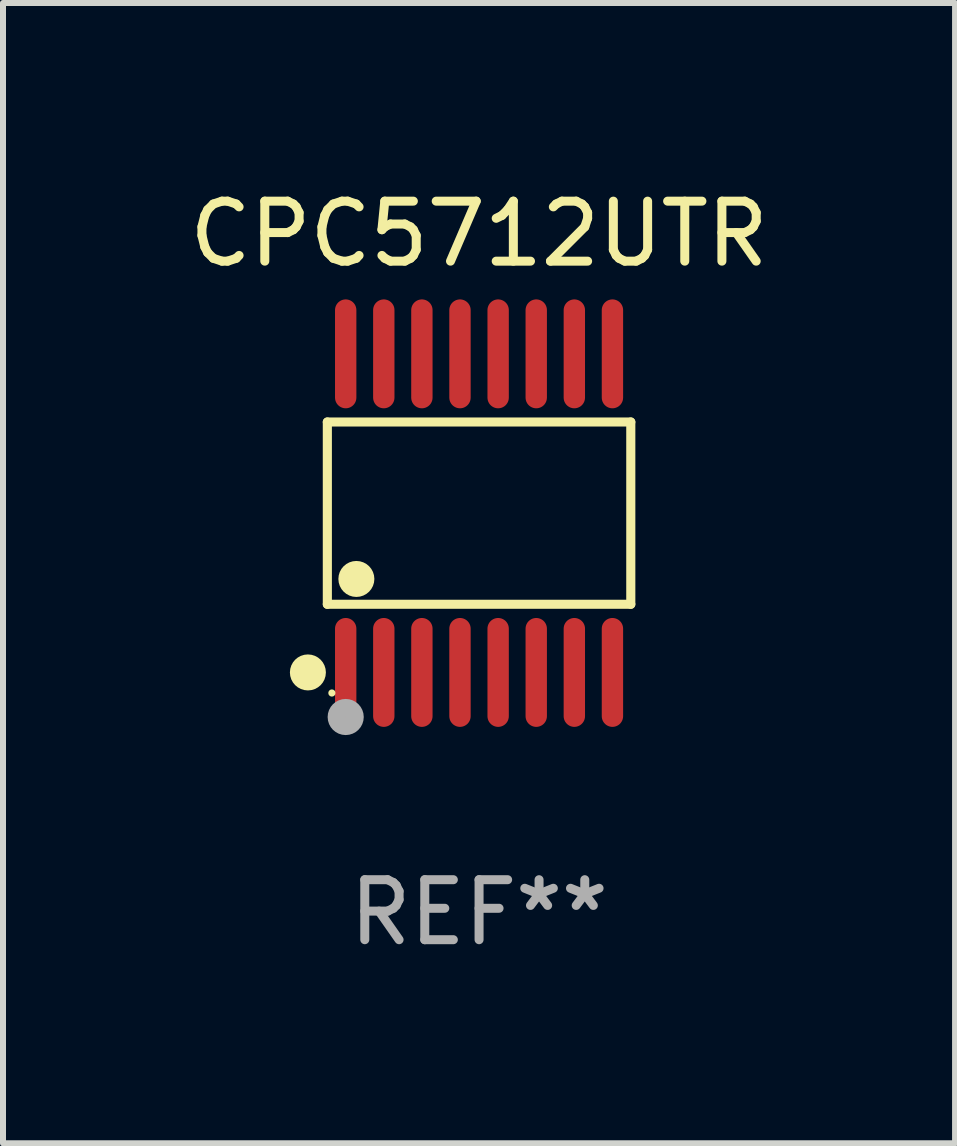
<source format=kicad_pcb>
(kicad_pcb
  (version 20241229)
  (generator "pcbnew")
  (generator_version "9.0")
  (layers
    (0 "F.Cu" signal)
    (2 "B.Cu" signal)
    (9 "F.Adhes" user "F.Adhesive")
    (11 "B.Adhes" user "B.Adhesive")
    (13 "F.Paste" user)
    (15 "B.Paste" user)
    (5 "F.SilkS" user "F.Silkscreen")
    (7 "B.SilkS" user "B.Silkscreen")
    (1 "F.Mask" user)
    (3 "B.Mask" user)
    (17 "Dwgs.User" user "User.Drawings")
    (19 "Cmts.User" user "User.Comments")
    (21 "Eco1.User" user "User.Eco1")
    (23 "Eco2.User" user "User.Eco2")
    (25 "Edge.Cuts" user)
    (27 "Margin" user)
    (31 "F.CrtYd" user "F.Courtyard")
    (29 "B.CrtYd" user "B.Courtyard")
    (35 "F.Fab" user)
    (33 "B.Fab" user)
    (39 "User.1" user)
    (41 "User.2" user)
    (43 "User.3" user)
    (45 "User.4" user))
  (footprint "CPC5712UTR"
    (layer "F.Cu")
    (at 4.935 5.503)
    (property "Reference" "CPC5712UTR" (at 0 -4.655 0) (layer "F.SilkS") (effects (font (size 1 1) (thickness 0.15))))
    (attr through_hole)
    (fp_line (start -2.529 -1.519) (end 2.529 -1.519) (stroke (width 0.152) (type solid)) (layer "F.SilkS"))
    (fp_line (start -2.529 1.519) (end -2.529 -1.519) (stroke (width 0.152) (type solid)) (layer "F.SilkS"))
    (fp_line (start 2.529 -1.519) (end 2.529 1.519) (stroke (width 0.152) (type solid)) (layer "F.SilkS"))
    (fp_line (start 2.529 1.519) (end -2.529 1.519) (stroke (width 0.152) (type solid)) (layer "F.SilkS"))
    (fp_circle (center -2.853 2.655) (end -2.703 2.655) (stroke (width 0.3) (type solid)) (fill no) (layer "F.SilkS"))
    (fp_circle (center -2.453 2.998) (end -2.423 2.998) (stroke (width 0.06) (type solid)) (fill no) (layer "F.SilkS"))
    (fp_circle (center -2.045 1.097) (end -1.895 1.097) (stroke (width 0.3) (type solid)) (fill no) (layer "F.SilkS"))
    (fp_circle (center -2.223 3.398) (end -2.072 3.398) (stroke (width 0.3) (type solid)) (fill no) (layer "F.Fab"))
    (fp_text user "REF**" (at 0 6.655 0) (layer "F.Fab") (effects (font (size 1 1) (thickness 0.15))))
    (pad "1" smd oval (at -2.223 2.655) (size 0.356 1.815) (layers "F.Cu" "F.Mask" "F.Paste"))
    (pad "2" smd oval (at -1.588 2.655) (size 0.356 1.815) (layers "F.Cu" "F.Mask" "F.Paste"))
    (pad "3" smd oval (at -0.953 2.655) (size 0.356 1.815) (layers "F.Cu" "F.Mask" "F.Paste"))
    (pad "4" smd oval (at -0.318 2.655) (size 0.356 1.815) (layers "F.Cu" "F.Mask" "F.Paste"))
    (pad "5" smd oval (at 0.318 2.655) (size 0.356 1.815) (layers "F.Cu" "F.Mask" "F.Paste"))
    (pad "6" smd oval (at 0.953 2.655) (size 0.356 1.815) (layers "F.Cu" "F.Mask" "F.Paste"))
    (pad "7" smd oval (at 1.588 2.655) (size 0.356 1.815) (layers "F.Cu" "F.Mask" "F.Paste"))
    (pad "8" smd oval (at 2.223 2.655) (size 0.356 1.815) (layers "F.Cu" "F.Mask" "F.Paste"))
    (pad "9" smd oval (at 2.223 -2.655) (size 0.356 1.815) (layers "F.Cu" "F.Mask" "F.Paste"))
    (pad "10" smd oval (at 1.588 -2.655) (size 0.356 1.815) (layers "F.Cu" "F.Mask" "F.Paste"))
    (pad "11" smd oval (at 0.953 -2.655) (size 0.356 1.815) (layers "F.Cu" "F.Mask" "F.Paste"))
    (pad "12" smd oval (at 0.318 -2.655) (size 0.356 1.815) (layers "F.Cu" "F.Mask" "F.Paste"))
    (pad "13" smd oval (at -0.318 -2.655) (size 0.356 1.815) (layers "F.Cu" "F.Mask" "F.Paste"))
    (pad "14" smd oval (at -0.953 -2.655) (size 0.356 1.815) (layers "F.Cu" "F.Mask" "F.Paste"))
    (pad "15" smd oval (at -1.588 -2.655) (size 0.356 1.815) (layers "F.Cu" "F.Mask" "F.Paste"))
    (pad "16" smd oval (at -2.223 -2.655) (size 0.356 1.815) (layers "F.Cu" "F.Mask" "F.Paste")))
  (gr_rect
    (start -3 -3)
    (end 12.869 16.006)
    (stroke (width 0.1) (type default))
    (fill no)
    (layer "Edge.Cuts")))
</source>
